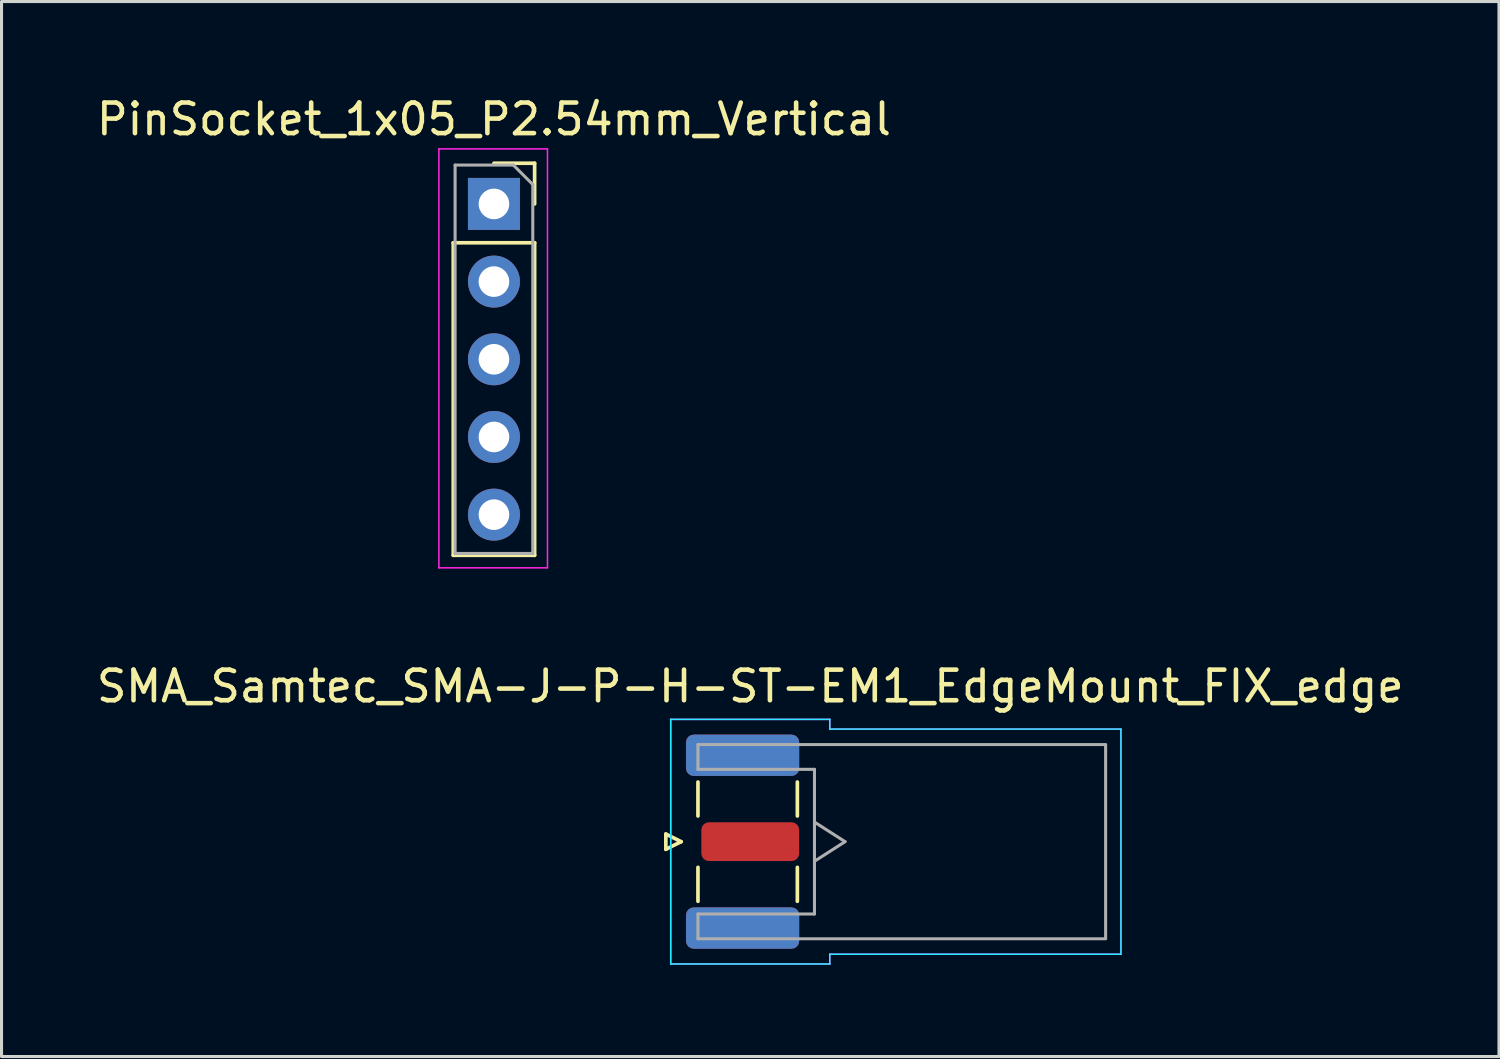
<source format=kicad_pcb>
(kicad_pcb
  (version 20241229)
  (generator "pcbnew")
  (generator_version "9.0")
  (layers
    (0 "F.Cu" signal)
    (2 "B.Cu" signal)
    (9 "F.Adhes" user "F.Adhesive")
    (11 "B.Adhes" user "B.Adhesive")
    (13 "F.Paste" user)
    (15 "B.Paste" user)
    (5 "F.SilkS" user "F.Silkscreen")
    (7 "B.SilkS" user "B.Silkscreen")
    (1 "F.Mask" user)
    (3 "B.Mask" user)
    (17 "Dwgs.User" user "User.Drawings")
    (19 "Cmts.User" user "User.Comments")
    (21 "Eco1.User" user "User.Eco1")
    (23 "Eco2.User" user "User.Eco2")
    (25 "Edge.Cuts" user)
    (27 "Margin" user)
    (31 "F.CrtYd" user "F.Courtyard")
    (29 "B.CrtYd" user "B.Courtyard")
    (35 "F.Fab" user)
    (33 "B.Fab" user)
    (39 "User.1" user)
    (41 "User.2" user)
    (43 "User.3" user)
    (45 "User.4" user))
  (footprint "PinSocket_1x05_P2.54mm_Vertical"
    (layer "F.Cu")
    (at 13.101 3.618)
    (property "Reference" "PinSocket_1x05_P2.54mm_Vertical" (at 0 -2.77 180) (layer "F.SilkS") (effects (font (size 1 1) (thickness 0.15))))
    (attr through_hole)
    (fp_line (start -1.33 1.27) (end -1.33 11.49) (stroke (width 0.12) (type solid)) (layer "F.SilkS"))
    (fp_line (start -1.33 1.27) (end 1.33 1.27) (stroke (width 0.12) (type solid)) (layer "F.SilkS"))
    (fp_line (start -1.33 11.49) (end 1.33 11.49) (stroke (width 0.12) (type solid)) (layer "F.SilkS"))
    (fp_line (start 0 -1.33) (end 1.33 -1.33) (stroke (width 0.12) (type solid)) (layer "F.SilkS"))
    (fp_line (start 1.33 -1.33) (end 1.33 0) (stroke (width 0.12) (type solid)) (layer "F.SilkS"))
    (fp_line (start 1.33 1.27) (end 1.33 11.49) (stroke (width 0.12) (type solid)) (layer "F.SilkS"))
    (fp_line (start -1.8 -1.8) (end 1.75 -1.8) (stroke (width 0.05) (type solid)) (layer "F.CrtYd"))
    (fp_line (start -1.8 11.9) (end -1.8 -1.8) (stroke (width 0.05) (type solid)) (layer "F.CrtYd"))
    (fp_line (start 1.75 -1.8) (end 1.75 11.9) (stroke (width 0.05) (type solid)) (layer "F.CrtYd"))
    (fp_line (start 1.75 11.9) (end -1.8 11.9) (stroke (width 0.05) (type solid)) (layer "F.CrtYd"))
    (fp_line (start -1.27 -1.27) (end 0.635 -1.27) (stroke (width 0.1) (type solid)) (layer "F.Fab"))
    (fp_line (start -1.27 11.43) (end -1.27 -1.27) (stroke (width 0.1) (type solid)) (layer "F.Fab"))
    (fp_line (start 0.635 -1.27) (end 1.27 -0.635) (stroke (width 0.1) (type solid)) (layer "F.Fab"))
    (fp_line (start 1.27 -0.635) (end 1.27 11.43) (stroke (width 0.1) (type solid)) (layer "F.Fab"))
    (fp_line (start 1.27 11.43) (end -1.27 11.43) (stroke (width 0.1) (type solid)) (layer "F.Fab"))
    (pad "1" thru_hole rect (at 0 0) (size 1.7 1.7) (drill 1) (layers "*.Cu" "*.Mask"))
    (pad "2" thru_hole oval (at 0 2.54) (size 1.7 1.7) (drill 1) (layers "*.Cu" "*.Mask"))
    (pad "3" thru_hole oval (at 0 5.08) (size 1.7 1.7) (drill 1) (layers "*.Cu" "*.Mask"))
    (pad "4" thru_hole oval (at 0 7.62) (size 1.7 1.7) (drill 1) (layers "*.Cu" "*.Mask"))
    (pad "5" thru_hole oval (at 0 10.16) (size 1.7 1.7) (drill 1) (layers "*.Cu" "*.Mask")))
  (footprint "SMA_Samtec_SMA-J-P-H-ST-EM1_EdgeMount_FIX_edge"
    (layer "F.Cu")
    (at 21.482 24.471)
    (property "Reference" "SMA_Samtec_SMA-J-P-H-ST-EM1_EdgeMount_FIX_edge" (at 0 -5.08 180) (layer "F.SilkS") (effects (font (size 1 1) (thickness 0.15))))
    (attr smd)
    (fp_line (start -2.76 -0.25) (end -2.76 0.25) (stroke (width 0.12) (type solid)) (layer "F.SilkS"))
    (fp_line (start -2.76 0.25) (end -2.26 0) (stroke (width 0.12) (type solid)) (layer "F.SilkS"))
    (fp_line (start -2.26 0) (end -2.76 -0.25) (stroke (width 0.12) (type solid)) (layer "F.SilkS"))
    (fp_line (start -1.71 -0.84) (end -1.71 -1.95) (stroke (width 0.12) (type solid)) (layer "F.SilkS"))
    (fp_line (start -1.71 1.95) (end -1.71 0.84) (stroke (width 0.12) (type solid)) (layer "F.SilkS"))
    (fp_line (start 1.54 -0.84) (end 1.54 -1.95) (stroke (width 0.12) (type solid)) (layer "F.SilkS"))
    (fp_line (start 1.54 1.95) (end 1.54 0.84) (stroke (width 0.12) (type solid)) (layer "F.SilkS"))
    (fp_line (start -2.6 4) (end -2.6 -4) (stroke (width 0.05) (type solid)) (layer "B.CrtYd"))
    (fp_line (start 2.6 -4) (end -2.6 -4) (stroke (width 0.05) (type solid)) (layer "B.CrtYd"))
    (fp_line (start 2.6 -4) (end 2.6 -3.68) (stroke (width 0.05) (type solid)) (layer "B.CrtYd"))
    (fp_line (start 2.6 -3.68) (end 12.12 -3.68) (stroke (width 0.05) (type solid)) (layer "B.CrtYd"))
    (fp_line (start 2.6 3.68) (end 2.6 4) (stroke (width 0.05) (type solid)) (layer "B.CrtYd"))
    (fp_line (start 2.6 4) (end -2.6 4) (stroke (width 0.05) (type solid)) (layer "B.CrtYd"))
    (fp_line (start 12.12 -3.68) (end 12.12 3.68) (stroke (width 0.05) (type solid)) (layer "B.CrtYd"))
    (fp_line (start 12.12 3.68) (end 2.6 3.68) (stroke (width 0.05) (type solid)) (layer "B.CrtYd"))
    (fp_line (start -2.6 4) (end -2.6 -4) (stroke (width 0.05) (type solid)) (layer "F.CrtYd"))
    (fp_line (start 2.6 -4) (end -2.6 -4) (stroke (width 0.05) (type solid)) (layer "F.CrtYd"))
    (fp_line (start 2.6 -3.68) (end 2.6 -4) (stroke (width 0.05) (type solid)) (layer "F.CrtYd"))
    (fp_line (start 2.6 -3.68) (end 12.12 -3.68) (stroke (width 0.05) (type solid)) (layer "F.CrtYd"))
    (fp_line (start 2.6 3.68) (end 2.6 4) (stroke (width 0.05) (type solid)) (layer "F.CrtYd"))
    (fp_line (start 2.6 4) (end -2.6 4) (stroke (width 0.05) (type solid)) (layer "F.CrtYd"))
    (fp_line (start 12.12 -3.68) (end 12.12 3.68) (stroke (width 0.05) (type solid)) (layer "F.CrtYd"))
    (fp_line (start 12.12 3.68) (end 2.6 3.68) (stroke (width 0.05) (type solid)) (layer "F.CrtYd"))
    (fp_line (start -1.71 -3.175) (end -1.71 -2.365) (stroke (width 0.1) (type solid)) (layer "F.Fab"))
    (fp_line (start -1.71 -3.175) (end 11.62 -3.175) (stroke (width 0.1) (type solid)) (layer "F.Fab"))
    (fp_line (start -1.71 -2.365) (end 2.1 -2.365) (stroke (width 0.1) (type solid)) (layer "F.Fab"))
    (fp_line (start -1.71 2.365) (end -1.71 3.175) (stroke (width 0.1) (type solid)) (layer "F.Fab"))
    (fp_line (start -1.71 3.175) (end 11.62 3.175) (stroke (width 0.1) (type solid)) (layer "F.Fab"))
    (fp_line (start 2.1 -2.365) (end 2.1 2.365) (stroke (width 0.1) (type solid)) (layer "F.Fab"))
    (fp_line (start 2.1 -0.64) (end 3.1 0) (stroke (width 0.1) (type solid)) (layer "F.Fab"))
    (fp_line (start 2.1 2.365) (end -1.71 2.365) (stroke (width 0.1) (type solid)) (layer "F.Fab"))
    (fp_line (start 3.1 0) (end 2.1 0.64) (stroke (width 0.1) (type solid)) (layer "F.Fab"))
    (fp_line (start 11.62 -3.165) (end 11.62 3.165) (stroke (width 0.1) (type solid)) (layer "F.Fab"))
    (pad "1" smd roundrect (at 0 0 90) (size 1.27 3.2) (layers "F.Cu" "F.Mask") (roundrect_rratio 0.197))
    (pad "2" smd roundrect (at -0.25 -2.825 90) (size 1.35 3.7) (layers "F.Cu" "F.Mask") (roundrect_rratio 0.185))
    (pad "2" smd roundrect (at -0.25 -2.825 90) (size 1.35 3.7) (layers "B.Cu" "B.Mask") (roundrect_rratio 0.185))
    (pad "2" smd roundrect (at -0.25 2.825 90) (size 1.35 3.7) (layers "F.Cu" "F.Mask") (roundrect_rratio 0.185))
    (pad "2" smd roundrect (at -0.25 2.825 90) (size 1.35 3.7) (layers "B.Cu" "B.Mask") (roundrect_rratio 0.185)))
  (gr_rect
    (start -3 -3)
    (end 45.964 31.497)
    (stroke (width 0.1) (type default))
    (fill no)
    (layer "Edge.Cuts")))
</source>
